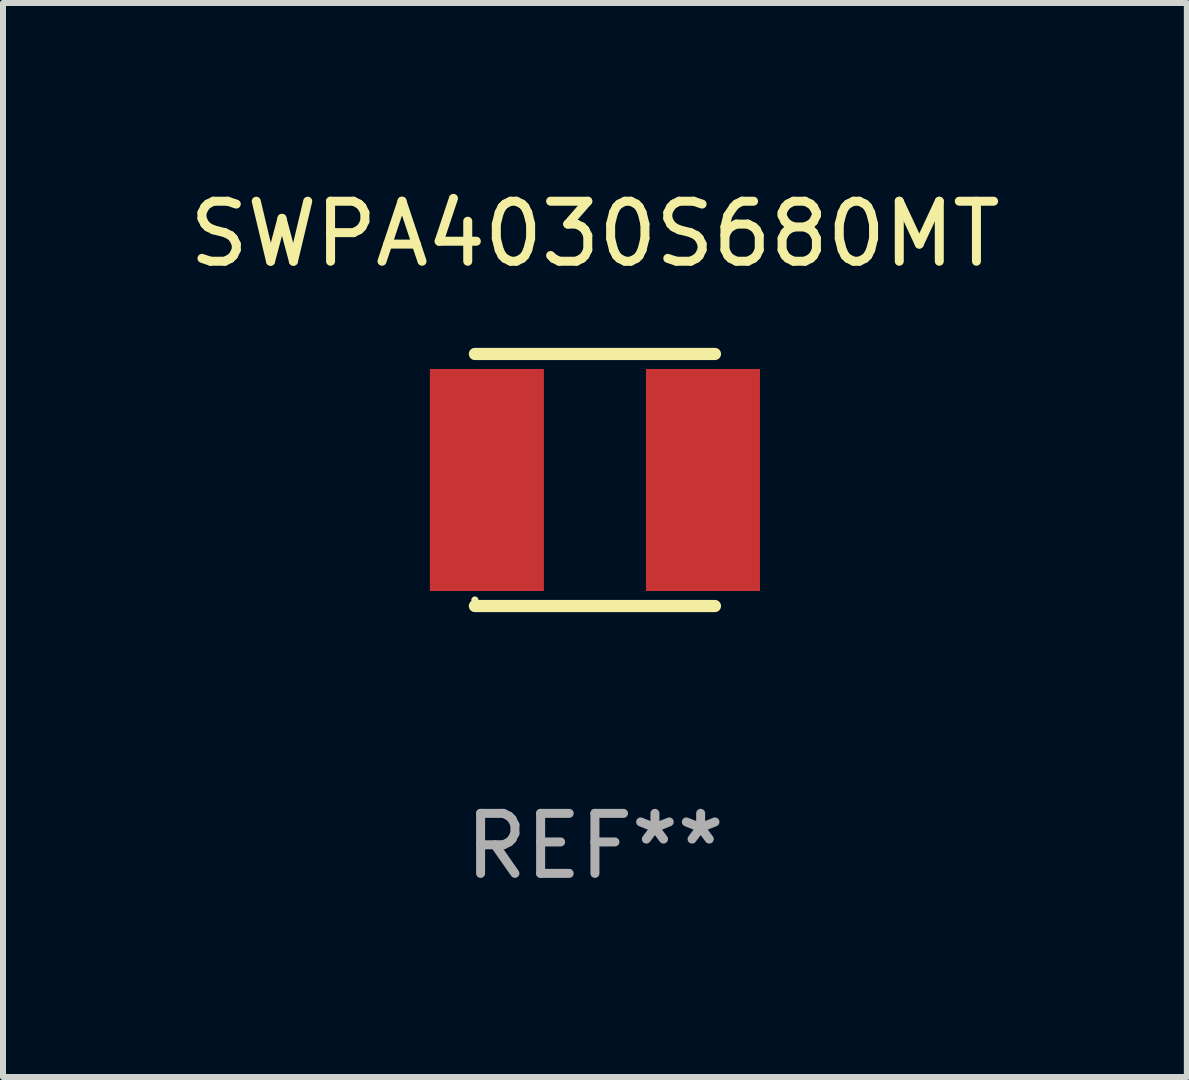
<source format=kicad_pcb>
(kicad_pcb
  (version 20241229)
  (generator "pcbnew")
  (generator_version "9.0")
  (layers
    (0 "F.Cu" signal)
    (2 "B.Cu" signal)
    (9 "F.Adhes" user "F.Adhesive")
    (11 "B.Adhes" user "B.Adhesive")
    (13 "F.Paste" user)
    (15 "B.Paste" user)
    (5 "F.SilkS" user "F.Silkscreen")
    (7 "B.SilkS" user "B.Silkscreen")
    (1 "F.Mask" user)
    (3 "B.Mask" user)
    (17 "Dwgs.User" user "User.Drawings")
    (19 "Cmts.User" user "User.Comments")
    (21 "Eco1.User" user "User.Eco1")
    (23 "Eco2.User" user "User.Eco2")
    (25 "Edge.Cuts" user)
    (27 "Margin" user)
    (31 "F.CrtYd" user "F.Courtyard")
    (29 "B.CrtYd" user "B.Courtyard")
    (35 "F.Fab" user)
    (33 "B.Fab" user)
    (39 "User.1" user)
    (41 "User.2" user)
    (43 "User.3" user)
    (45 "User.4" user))
  (footprint "SWPA4030S680MT"
    (layer "F.Cu")
    (at 6.863 4.948)
    (property "Reference" "SWPA4030S680MT" (at 0 -4.1 0) (layer "F.SilkS") (effects (font (size 1 1) (thickness 0.15))))
    (attr through_hole)
    (fp_line (start -2 -2.1) (end 2 -2.1) (stroke (width 0.203) (type solid)) (layer "F.SilkS"))
    (fp_line (start -2 2.1) (end 2 2.1) (stroke (width 0.203) (type solid)) (layer "F.SilkS"))
    (fp_circle (center -2 2) (end -1.97 2) (stroke (width 0.06) (type solid)) (fill no) (layer "F.SilkS"))
    (fp_text user "REF**" (at 0 6.1 0) (layer "F.Fab") (effects (font (size 1 1) (thickness 0.15))))
    (pad "1" smd rect (at -1.8 0 90) (size 3.7 1.9) (layers "F.Cu" "F.Mask" "F.Paste"))
    (pad "2" smd rect (at 1.8 0 90) (size 3.7 1.9) (layers "F.Cu" "F.Mask" "F.Paste")))
  (gr_rect
    (start -3 -3)
    (end 16.726 14.896)
    (stroke (width 0.1) (type default))
    (fill no)
    (layer "Edge.Cuts")))
</source>
